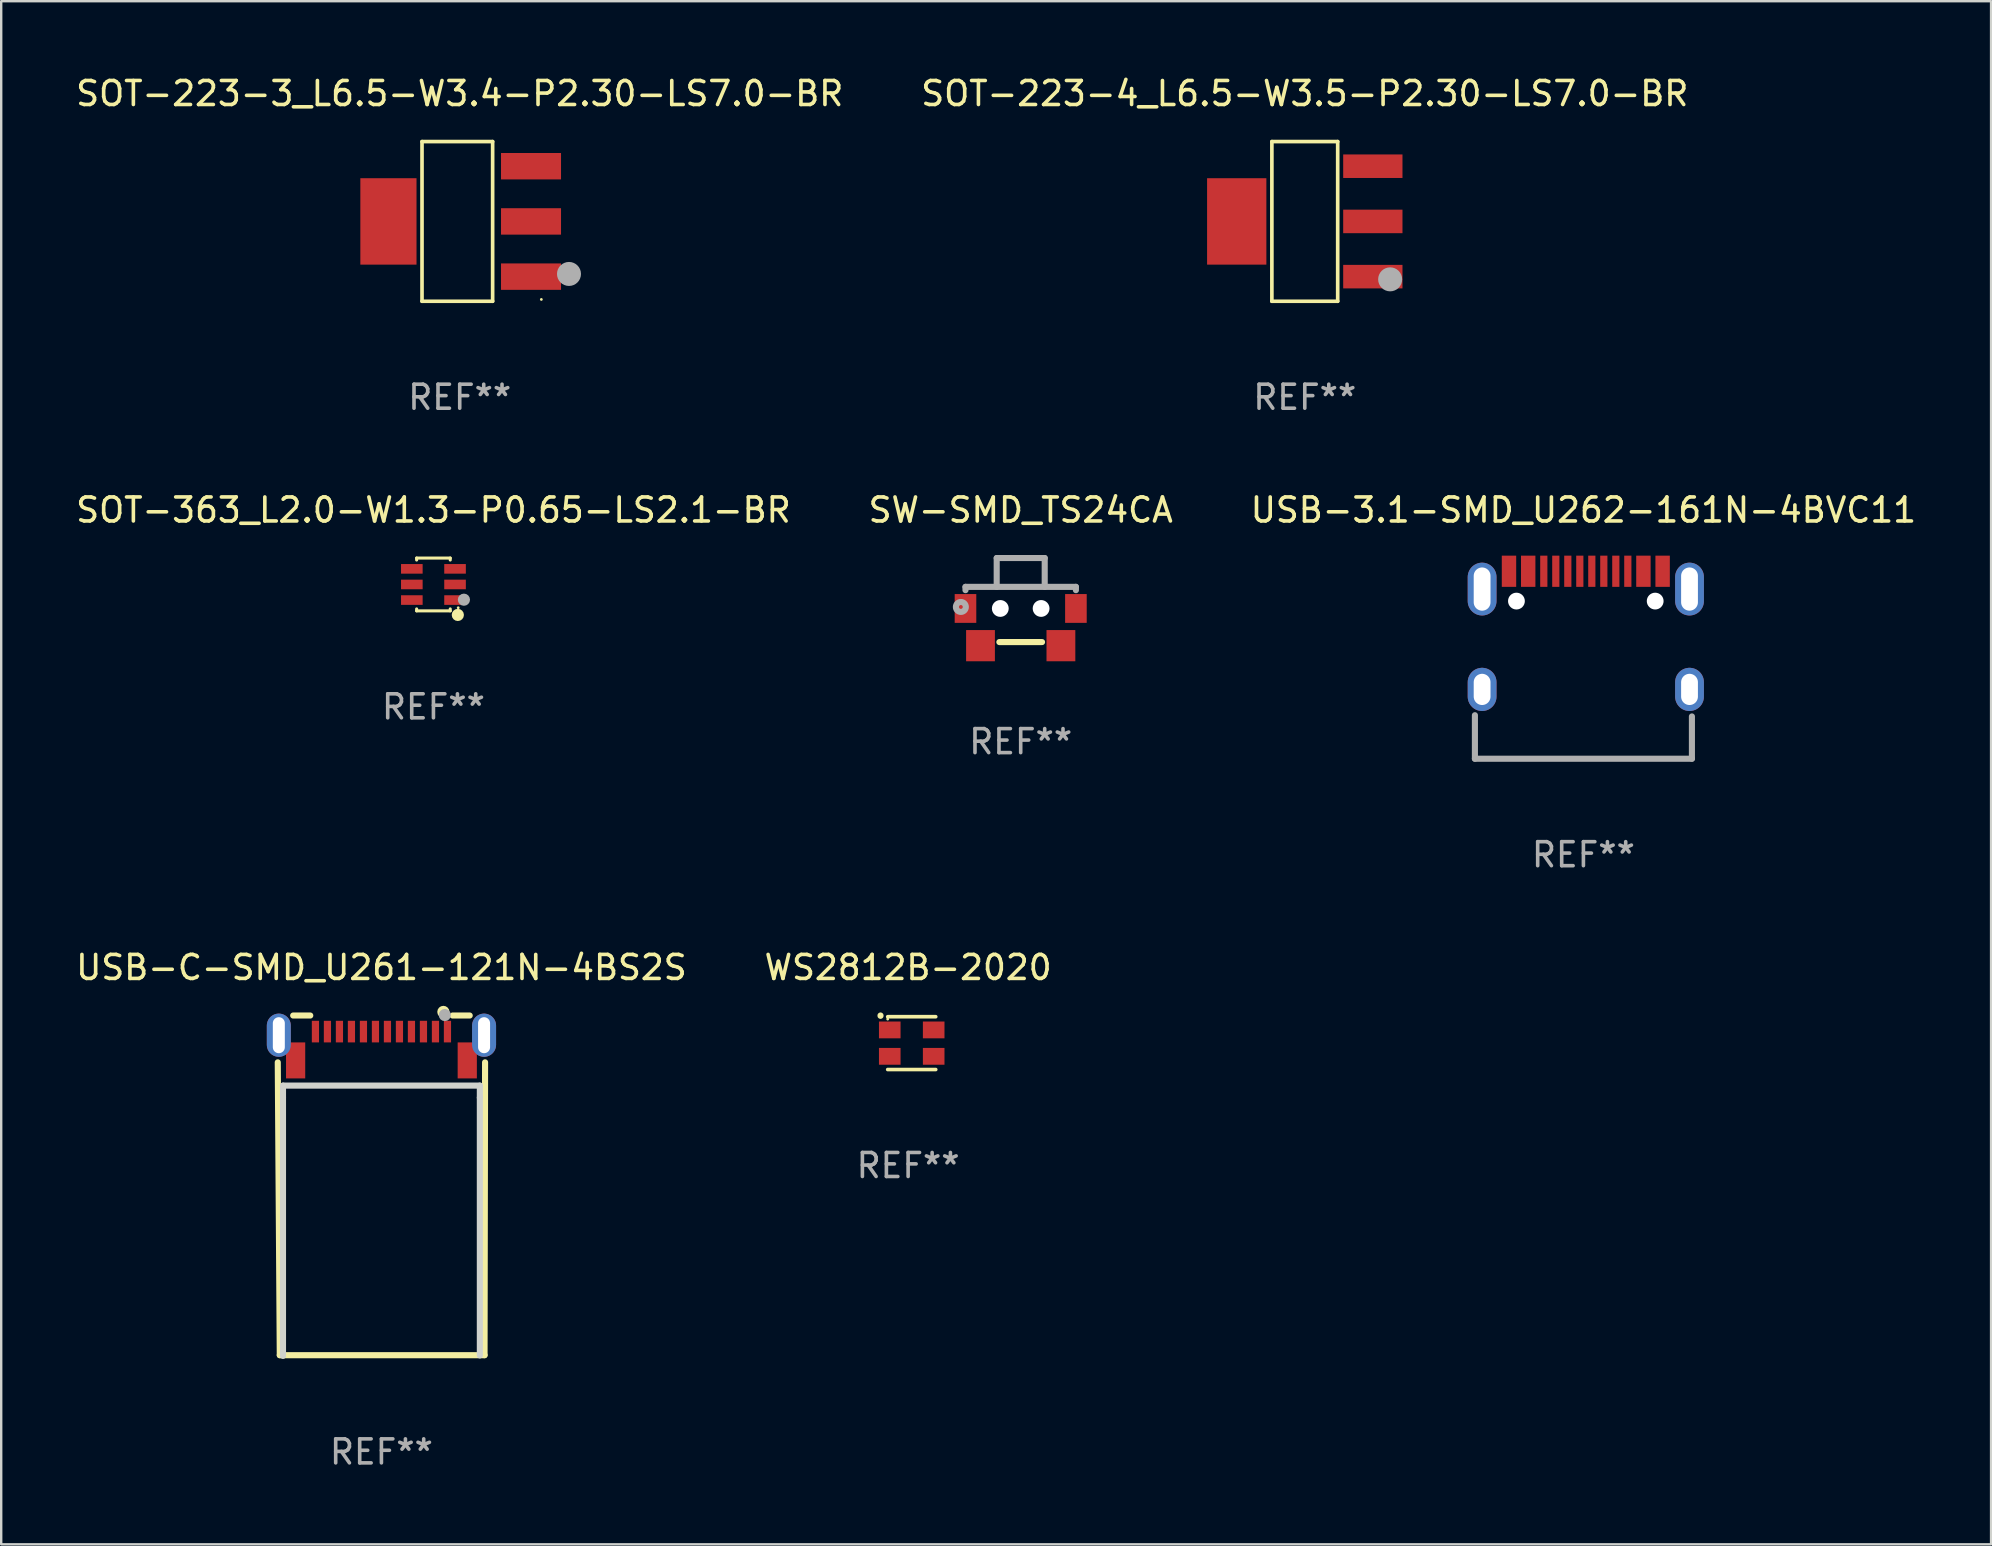
<source format=kicad_pcb>
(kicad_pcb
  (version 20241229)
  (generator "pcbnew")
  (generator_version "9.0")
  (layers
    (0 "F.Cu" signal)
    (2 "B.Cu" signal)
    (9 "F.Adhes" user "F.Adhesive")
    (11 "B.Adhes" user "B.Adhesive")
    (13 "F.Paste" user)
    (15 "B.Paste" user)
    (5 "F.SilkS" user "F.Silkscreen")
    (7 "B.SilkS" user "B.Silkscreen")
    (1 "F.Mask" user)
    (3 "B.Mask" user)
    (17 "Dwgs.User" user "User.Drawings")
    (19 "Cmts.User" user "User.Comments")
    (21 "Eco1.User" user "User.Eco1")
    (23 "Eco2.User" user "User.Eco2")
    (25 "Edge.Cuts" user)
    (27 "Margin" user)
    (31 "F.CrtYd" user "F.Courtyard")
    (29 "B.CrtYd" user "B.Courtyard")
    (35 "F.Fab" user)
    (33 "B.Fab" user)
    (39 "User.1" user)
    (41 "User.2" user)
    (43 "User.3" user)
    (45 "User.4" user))
  (footprint "USB-C-SMD_U261-121N-4BS2S"
    (layer "F.Cu")
    (at 12.839 46.344)
    (property "Reference" "USB-C-SMD_U261-121N-4BS2S" (at 0 -9.09 0) (layer "F.SilkS") (effects (font (size 1 1) (thickness 0.15))))
    (attr through_hole)
    (fp_line (start -4.318 -5.14) (end -4.234 7.06) (stroke (width 0.254) (type solid)) (layer "F.SilkS"))
    (fp_line (start -4.234 7.06) (end 4.296 7.06) (stroke (width 0.254) (type solid)) (layer "F.SilkS"))
    (fp_line (start -3.676 -7.09) (end -2.964 -7.09) (stroke (width 0.254) (type solid)) (layer "F.SilkS"))
    (fp_line (start 2.966 -7.09) (end 3.678 -7.09) (stroke (width 0.254) (type solid)) (layer "F.SilkS"))
    (fp_line (start 4.296 7.06) (end 4.318 -5.14) (stroke (width 0.254) (type solid)) (layer "F.SilkS"))
    (fp_circle (center 2.581 -7.24) (end 2.708 -7.24) (stroke (width 0.254) (type solid)) (fill no) (layer "F.SilkS"))
    (fp_circle (center 4.351 -6.82) (end 4.381 -6.82) (stroke (width 0.06) (type solid)) (fill no) (layer "F.SilkS"))
    (fp_line (start -4.1 -4.17) (end -4.1 -3.669) (stroke (width 0.254) (type solid)) (layer "Edge.Cuts"))
    (fp_line (start -4.1 -3.669) (end -4.1 7.09) (stroke (width 0.254) (type solid)) (layer "Edge.Cuts"))
    (fp_line (start -4.099 -4.17) (end 4.101 -4.17) (stroke (width 0.254) (type solid)) (layer "Edge.Cuts"))
    (fp_line (start 4.1 -4.17) (end 4.1 -3.669) (stroke (width 0.254) (type solid)) (layer "Edge.Cuts"))
    (fp_line (start 4.1 -3.669) (end 4.1 7.07) (stroke (width 0.254) (type solid)) (layer "Edge.Cuts"))
    (fp_circle (center 2.641 -7.11) (end 2.768 -7.11) (stroke (width 0.254) (type solid)) (fill no) (layer "F.Fab"))
    (fp_text user "REF**" (at 0 11.09 0) (layer "F.Fab") (effects (font (size 1 1) (thickness 0.15))))
    (pad "25" thru_hole oval (at -4.274 -6.27) (size 1 1.8) (drill oval 0.5 1.5) (layers "*.Cu" "*.Mask"))
    (pad "25" smd rect (at -3.574 -5.22) (size 0.8 1.5) (layers "F.Cu" "F.Mask" "F.Paste"))
    (pad "26" smd rect (at 3.576 -5.22) (size 0.8 1.5) (layers "F.Cu" "F.Mask" "F.Paste"))
    (pad "26" thru_hole oval (at 4.276 -6.27) (size 1 1.8) (drill oval 0.5 1.5) (layers "*.Cu" "*.Mask"))
    (pad "A1" smd rect (at 2.751 -6.42) (size 0.3 0.9) (layers "F.Cu" "F.Mask" "F.Paste"))
    (pad "A2" smd rect (at 2.251 -6.42) (size 0.3 0.9) (layers "F.Cu" "F.Mask" "F.Paste"))
    (pad "A3" smd rect (at 1.751 -6.42) (size 0.3 0.9) (layers "F.Cu" "F.Mask" "F.Paste"))
    (pad "A4" smd rect (at 1.251 -6.42) (size 0.3 0.9) (layers "F.Cu" "F.Mask" "F.Paste"))
    (pad "A5" smd rect (at -1.249 -6.42) (size 0.3 0.9) (layers "F.Cu" "F.Mask" "F.Paste"))
    (pad "A6" smd rect (at -1.749 -6.42) (size 0.3 0.9) (layers "F.Cu" "F.Mask" "F.Paste"))
    (pad "A7" smd rect (at -2.249 -6.42) (size 0.3 0.9) (layers "F.Cu" "F.Mask" "F.Paste"))
    (pad "A12" smd rect (at -2.749 -6.42) (size 0.3 0.9) (layers "F.Cu" "F.Mask" "F.Paste"))
    (pad "B9" smd rect (at -0.749 -6.42) (size 0.3 0.9) (layers "F.Cu" "F.Mask" "F.Paste"))
    (pad "B10" smd rect (at -0.249 -6.42) (size 0.3 0.9) (layers "F.Cu" "F.Mask" "F.Paste"))
    (pad "B11" smd rect (at 0.251 -6.42) (size 0.3 0.9) (layers "F.Cu" "F.Mask" "F.Paste"))
    (pad "B12" smd rect (at 0.751 -6.42) (size 0.3 0.9) (layers "F.Cu" "F.Mask" "F.Paste")))
  (footprint "SOT-223-4_L6.5-W3.5-P2.30-LS7.0-BR"
    (layer "F.Cu")
    (at 51.304 6.174)
    (property "Reference" "SOT-223-4_L6.5-W3.5-P2.30-LS7.0-BR" (at 0 -5.326 0) (layer "F.SilkS") (effects (font (size 1 1) (thickness 0.15))))
    (attr through_hole)
    (fp_line (start -1.371 -3.326) (end 1.371 -3.326) (stroke (width 0.152) (type solid)) (layer "F.SilkS"))
    (fp_line (start -1.371 3.326) (end -1.371 -3.326) (stroke (width 0.152) (type solid)) (layer "F.SilkS"))
    (fp_line (start 1.371 -3.326) (end 1.371 3.326) (stroke (width 0.152) (type solid)) (layer "F.SilkS"))
    (fp_line (start 1.371 3.326) (end -1.371 3.326) (stroke (width 0.152) (type solid)) (layer "F.SilkS"))
    (fp_circle (center 3.556 2.413) (end 3.806 2.413) (stroke (width 0.5) (type solid)) (fill no) (layer "F.Fab"))
    (fp_text user "REF**" (at 0 7.326 0) (layer "F.Fab") (effects (font (size 1 1) (thickness 0.15))))
    (pad "1" smd rect (at 2.835 2.3) (size 2.47 0.98) (layers "F.Cu" "F.Mask" "F.Paste"))
    (pad "2" smd rect (at 2.835 0) (size 2.47 0.98) (layers "F.Cu" "F.Mask" "F.Paste"))
    (pad "3" smd rect (at 2.835 -2.3) (size 2.47 0.98) (layers "F.Cu" "F.Mask" "F.Paste"))
    (pad "4" smd rect (at -2.835 0) (size 2.47 3.6) (layers "F.Cu" "F.Mask" "F.Paste")))
  (footprint "SW-SMD_TS24CA"
    (layer "F.Cu")
    (at 39.47 22.022)
    (property "Reference" "SW-SMD_TS24CA" (at 0 -3.825 0) (layer "F.SilkS") (effects (font (size 1 1) (thickness 0.15))))
    (attr through_hole)
    (fp_line (start -0.889 1.675) (end 0.889 1.675) (stroke (width 0.254) (type solid)) (layer "F.SilkS"))
    (fp_line (start -2.3 -0.625) (end 2.3 -0.625) (stroke (width 0.254) (type solid)) (layer "F.Fab"))
    (fp_line (start -2.3 -0.487) (end -2.3 -0.625) (stroke (width 0.254) (type solid)) (layer "F.Fab"))
    (fp_line (start -1 -1.825) (end -1 -0.625) (stroke (width 0.254) (type solid)) (layer "F.Fab"))
    (fp_line (start -1 -1.825) (end 1 -1.825) (stroke (width 0.254) (type solid)) (layer "F.Fab"))
    (fp_line (start 1 -1.825) (end 1 -0.625) (stroke (width 0.254) (type solid)) (layer "F.Fab"))
    (fp_line (start 2.3 -0.625) (end 2.3 -0.487) (stroke (width 0.254) (type solid)) (layer "F.Fab"))
    (fp_circle (center -2.493 0.212) (end -2.413 0.212) (stroke (width 0.254) (type solid)) (fill no) (layer "F.Fab"))
    (fp_text user "REF**" (at 0 5.825 0) (layer "F.Fab") (effects (font (size 1 1) (thickness 0.15))))
    (pad "" np_thru_hole circle (at -0.85 0.275) (size 0.7 0.7) (drill 0.7) (layers "*.Cu" "*.Mask"))
    (pad "" np_thru_hole circle (at 0.85 0.275) (size 0.7 0.7) (drill 0.7) (layers "*.Cu" "*.Mask"))
    (pad "1" smd rect (at -2.3 0.275) (size 0.9 1.2) (layers "F.Cu" "F.Mask" "F.Paste"))
    (pad "2" smd rect (at 2.3 0.275 180) (size 0.9 1.2) (layers "F.Cu" "F.Mask" "F.Paste"))
    (pad "3" smd rect (at -1.675 1.825 180) (size 1.2 1.3) (layers "F.Cu" "F.Mask" "F.Paste"))
    (pad "4" smd rect (at 1.675 1.825 180) (size 1.2 1.3) (layers "F.Cu" "F.Mask" "F.Paste")))
  (footprint "USB-3.1-SMD_U262-161N-4BVC11"
    (layer "F.Cu")
    (at 62.911 24.377)
    (property "Reference" "USB-3.1-SMD_U262-161N-4BVC11" (at 0 -6.18 0) (layer "F.SilkS") (effects (font (size 1 1) (thickness 0.15))))
    (attr through_hole)
    (fp_line (start -4.52 4.18) (end -4.52 2.367) (stroke (width 0.254) (type solid)) (layer "F.Fab"))
    (fp_line (start 4.52 2.418) (end 4.52 4.18) (stroke (width 0.254) (type solid)) (layer "F.Fab"))
    (fp_line (start 4.52 4.18) (end -4.52 4.18) (stroke (width 0.254) (type solid)) (layer "F.Fab"))
    (fp_circle (center -2.79 -2.387) (end -2.665 -2.387) (stroke (width 0.25) (type solid)) (fill no) (layer "F.Fab"))
    (fp_circle (center 2.99 -2.387) (end 3.115 -2.387) (stroke (width 0.25) (type solid)) (fill no) (layer "F.Fab"))
    (fp_text user "REF**" (at 0 8.18 0) (layer "F.Fab") (effects (font (size 1 1) (thickness 0.15))))
    (pad "" np_thru_hole circle (at -2.79 -2.387) (size 0.7 0.7) (drill 0.7) (layers "*.Cu" "*.Mask"))
    (pad "" np_thru_hole circle (at 2.99 -2.387) (size 0.7 0.7) (drill 0.7) (layers "*.Cu" "*.Mask"))
    (pad "A1B12" smd rect (at -3.1 -3.63) (size 0.6 1.3) (layers "F.Cu" "F.Mask" "F.Paste"))
    (pad "A4B9" smd rect (at -2.3 -3.63) (size 0.6 1.3) (layers "F.Cu" "F.Mask" "F.Paste"))
    (pad "A5" smd rect (at -1.15 -3.63) (size 0.3 1.3) (layers "F.Cu" "F.Mask" "F.Paste"))
    (pad "A6" smd rect (at -0.15 -3.63) (size 0.3 1.3) (layers "F.Cu" "F.Mask" "F.Paste"))
    (pad "A7" smd rect (at 0.35 -3.63) (size 0.3 1.3) (layers "F.Cu" "F.Mask" "F.Paste"))
    (pad "A8" smd rect (at 1.35 -3.63) (size 0.3 1.3) (layers "F.Cu" "F.Mask" "F.Paste"))
    (pad "B1A12" smd rect (at 3.3 -3.63) (size 0.6 1.3) (layers "F.Cu" "F.Mask" "F.Paste"))
    (pad "B4A9" smd rect (at 2.5 -3.63) (size 0.6 1.3) (layers "F.Cu" "F.Mask" "F.Paste"))
    (pad "B5" smd rect (at 1.85 -3.63) (size 0.3 1.3) (layers "F.Cu" "F.Mask" "F.Paste"))
    (pad "B6" smd rect (at 0.85 -3.63) (size 0.3 1.3) (layers "F.Cu" "F.Mask" "F.Paste"))
    (pad "B7" smd rect (at -0.65 -3.63) (size 0.3 1.3) (layers "F.Cu" "F.Mask" "F.Paste"))
    (pad "B8" smd rect (at -1.65 -3.63) (size 0.3 1.3) (layers "F.Cu" "F.Mask" "F.Paste"))
    (pad "SHELL" thru_hole oval (at -4.22 -2.888) (size 1.2 2.2) (drill oval 0.7 1.8) (layers "*.Cu" "*.Mask"))
    (pad "SHELL" thru_hole oval (at -4.22 1.292) (size 1.2 1.8) (drill oval 0.7 1.3) (layers "*.Cu" "*.Mask"))
    (pad "SHELL" thru_hole oval (at 4.42 -2.888) (size 1.2 2.2) (drill oval 0.7 1.8) (layers "*.Cu" "*.Mask"))
    (pad "SHELL" thru_hole oval (at 4.42 1.292) (size 1.2 1.8) (drill oval 0.7 1.3) (layers "*.Cu" "*.Mask")))
  (footprint "SOT-363_L2.0-W1.3-P0.65-LS2.1-BR"
    (layer "F.Cu")
    (at 15.006 21.297)
    (property "Reference" "SOT-363_L2.0-W1.3-P0.65-LS2.1-BR" (at 0 -3.1 0) (layer "F.SilkS") (effects (font (size 1 1) (thickness 0.15))))
    (attr through_hole)
    (fp_line (start -0.7 -1.018) (end -0.7 -1.1) (stroke (width 0.127) (type solid)) (layer "F.SilkS"))
    (fp_line (start -0.7 1.1) (end -0.7 1.018) (stroke (width 0.127) (type solid)) (layer "F.SilkS"))
    (fp_line (start 0.7 -1.1) (end -0.7 -1.1) (stroke (width 0.127) (type solid)) (layer "F.SilkS"))
    (fp_line (start 0.7 -1.018) (end 0.7 -1.1) (stroke (width 0.127) (type solid)) (layer "F.SilkS"))
    (fp_line (start 0.7 1.1) (end -0.7 1.1) (stroke (width 0.127) (type solid)) (layer "F.SilkS"))
    (fp_line (start 0.7 1.1) (end 0.7 1.018) (stroke (width 0.127) (type solid)) (layer "F.SilkS"))
    (fp_circle (center 1.016 1.27) (end 1.143 1.27) (stroke (width 0.254) (type solid)) (fill no) (layer "F.SilkS"))
    (fp_circle (center 1.032 0.97) (end 1.062 0.97) (stroke (width 0.06) (type solid)) (fill no) (layer "F.SilkS"))
    (fp_circle (center 1.27 0.635) (end 1.397 0.635) (stroke (width 0.254) (type solid)) (fill no) (layer "F.Fab"))
    (fp_text user "REF**" (at 0 5.1 0) (layer "F.Fab") (effects (font (size 1 1) (thickness 0.15))))
    (pad "1" smd rect (at 0.9 0.65 90) (size 0.4 0.9) (layers "F.Cu" "F.Mask" "F.Paste"))
    (pad "2" smd rect (at 0.9 -0.000102 90) (size 0.4 0.9) (layers "F.Cu" "F.Mask" "F.Paste"))
    (pad "3" smd rect (at 0.9 -0.65 90) (size 0.4 0.9) (layers "F.Cu" "F.Mask" "F.Paste"))
    (pad "4" smd rect (at -0.9 -0.65 90) (size 0.4 0.9) (layers "F.Cu" "F.Mask" "F.Paste"))
    (pad "5" smd rect (at -0.9 -0.000102 90) (size 0.4 0.9) (layers "F.Cu" "F.Mask" "F.Paste"))
    (pad "6" smd rect (at -0.9 0.65 90) (size 0.4 0.9) (layers "F.Cu" "F.Mask" "F.Paste")))
  (footprint "WS2812B-2020"
    (layer "F.Cu")
    (at 34.78 40.379)
    (property "Reference" "WS2812B-2020" (at 0 -3.125 0) (layer "F.SilkS") (effects (font (size 1 1) (thickness 0.15))))
    (attr through_hole)
    (fp_line (start -1.15 -1.125) (end -1.15 -1.113) (stroke (width 0.254) (type solid)) (layer "F.SilkS"))
    (fp_line (start -0.85 1.125) (end 1.15 1.125) (stroke (width 0.152) (type solid)) (layer "F.SilkS"))
    (fp_line (start 1.15 -1.075) (end -0.85 -1.075) (stroke (width 0.152) (type solid)) (layer "F.SilkS"))
    (fp_circle (center -0.85 -0.975) (end -0.82 -0.975) (stroke (width 0.06) (type solid)) (fill no) (layer "F.SilkS"))
    (fp_text user "REF**" (at 0 5.125 0) (layer "F.Fab") (effects (font (size 1 1) (thickness 0.15))))
    (pad "1" smd rect (at -0.765 -0.525) (size 0.9 0.7) (layers "F.Cu" "F.Mask" "F.Paste"))
    (pad "2" smd rect (at -0.765 0.575) (size 0.9 0.7) (layers "F.Cu" "F.Mask" "F.Paste"))
    (pad "3" smd rect (at 1.065 0.575) (size 0.9 0.7) (layers "F.Cu" "F.Mask" "F.Paste"))
    (pad "4" smd rect (at 1.065 -0.525) (size 0.9 0.7) (layers "F.Cu" "F.Mask" "F.Paste")))
  (footprint "SOT-223-3_L6.5-W3.4-P2.30-LS7.0-BR"
    (layer "F.Cu")
    (at 16.101 6.174)
    (property "Reference" "SOT-223-3_L6.5-W3.4-P2.30-LS7.0-BR" (at 0 -5.326 0) (layer "F.SilkS") (effects (font (size 1 1) (thickness 0.15))))
    (attr through_hole)
    (fp_line (start -1.571 -3.326) (end 1.371 -3.326) (stroke (width 0.152) (type solid)) (layer "F.SilkS"))
    (fp_line (start -1.571 3.326) (end -1.571 -3.326) (stroke (width 0.152) (type solid)) (layer "F.SilkS"))
    (fp_line (start 1.371 -3.326) (end 1.371 3.326) (stroke (width 0.152) (type solid)) (layer "F.SilkS"))
    (fp_line (start 1.371 3.326) (end -1.571 3.326) (stroke (width 0.152) (type solid)) (layer "F.SilkS"))
    (fp_circle (center 3.4 3.25) (end 3.43 3.25) (stroke (width 0.06) (type solid)) (fill no) (layer "F.SilkS"))
    (fp_circle (center 4.552 2.188) (end 4.802 2.188) (stroke (width 0.5) (type solid)) (fill no) (layer "F.Fab"))
    (fp_text user "REF**" (at 0 7.326 0) (layer "F.Fab") (effects (font (size 1 1) (thickness 0.15))))
    (pad "1" smd rect (at 2.97 2.3) (size 2.5 1.1) (layers "F.Cu" "F.Mask" "F.Paste"))
    (pad "2" smd rect (at 2.97 0) (size 2.5 1.1) (layers "F.Cu" "F.Mask" "F.Paste"))
    (pad "3" smd rect (at 2.97 -2.3) (size 2.5 1.1) (layers "F.Cu" "F.Mask" "F.Paste"))
    (pad "4" smd rect (at -2.97 0) (size 2.34 3.6) (layers "F.Cu" "F.Mask" "F.Paste")))
  (gr_rect
    (start -3 -3)
    (end 79.893 61.282)
    (stroke (width 0.1) (type default))
    (fill no)
    (layer "Edge.Cuts")))
</source>
